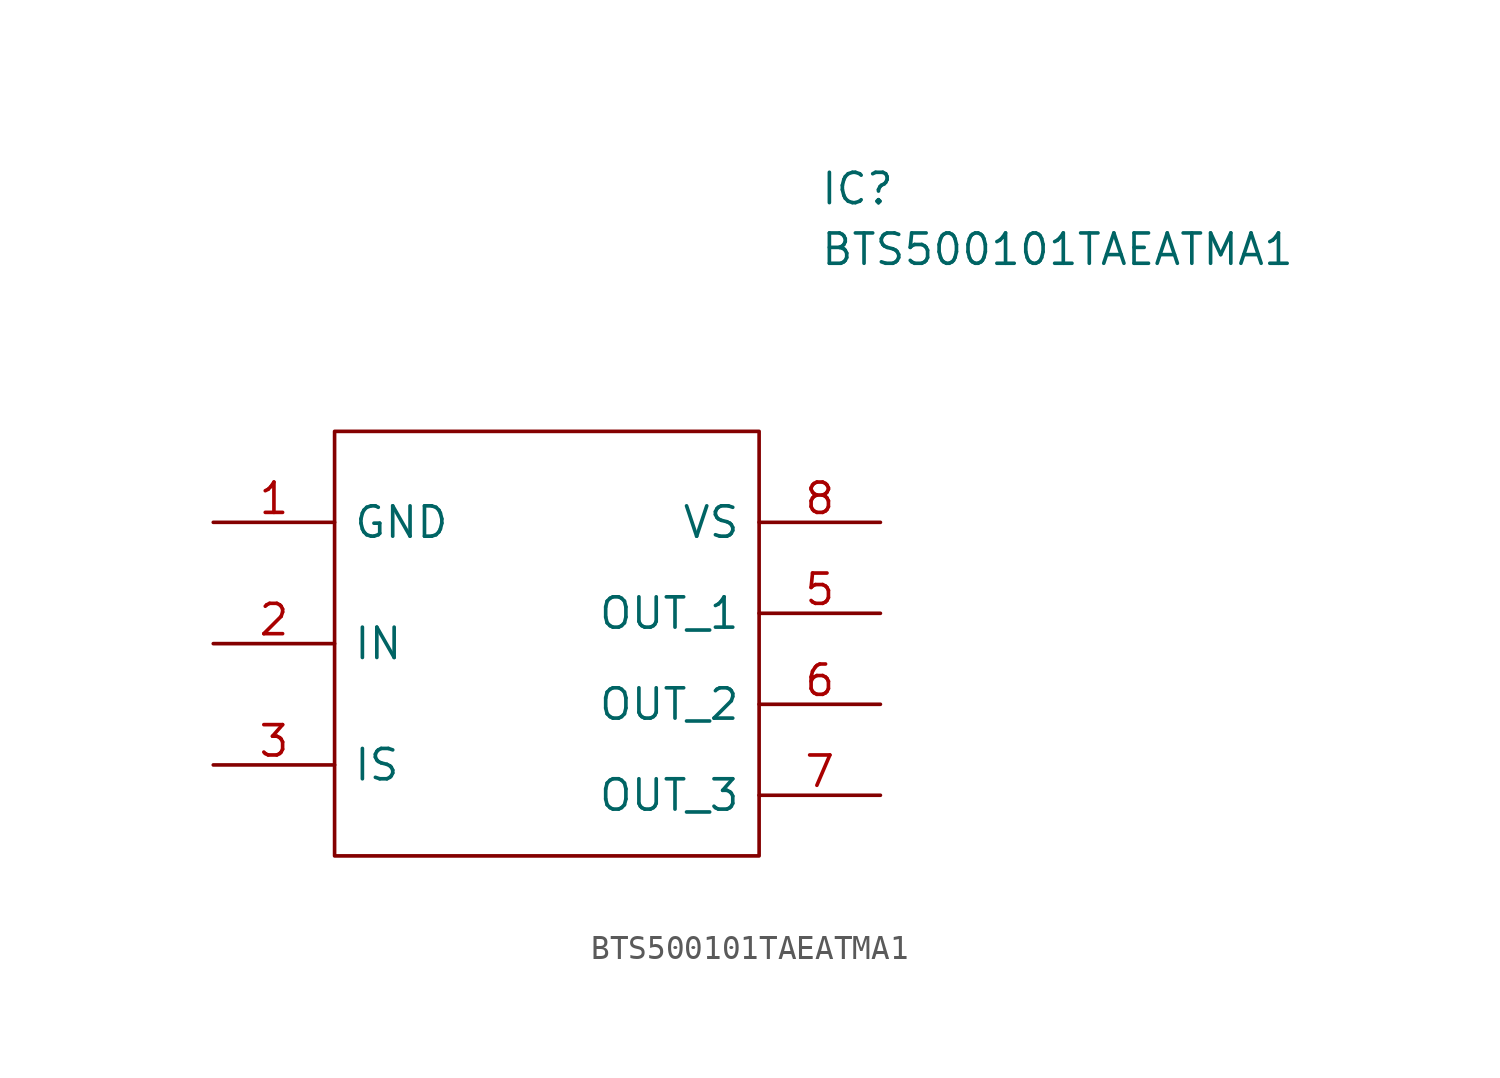
<source format=kicad_sym>
(kicad_symbol_lib
  (version 20211014)
  (generator kicad_symbol_editor)
  (symbol "BTS500101TAEATMA1"
    (pin_names
      (offset 0.762))
    (property "Reference" "IC"
      (at 25.4 12.7 0)
      (effects (font (size 1.27 1.27)) (justify left)))
    (property "Value" "BTS500101TAEATMA1"
      (at 25.4 10.16 0)
      (effects (font (size 1.27 1.27)) (justify left)))
    (symbol "BTS500101TAEATMA1_0_0"
      (pin passive line (at 0 -1.27 0) (length 5.08) (name "GND" (effects (font (size 1.27 1.27)))) (number "1" (effects (font (size 1.27 1.27)))))
      (pin passive line (at 0 -6.35 0) (length 5.08) (name "IN" (effects (font (size 1.27 1.27)))) (number "2" (effects (font (size 1.27 1.27)))))
      (pin passive line (at 0 -11.43 0) (length 5.08) (name "IS" (effects (font (size 1.27 1.27)))) (number "3" (effects (font (size 1.27 1.27)))))
      (pin passive line (at 27.94 -5.08 180) (length 5.08) (name "OUT_1" (effects (font (size 1.27 1.27)))) (number "5" (effects (font (size 1.27 1.27)))))
      (pin passive line (at 27.94 -8.89 180) (length 5.08) (name "OUT_2" (effects (font (size 1.27 1.27)))) (number "6" (effects (font (size 1.27 1.27)))))
      (pin passive line (at 27.94 -12.7 180) (length 5.08) (name "OUT_3" (effects (font (size 1.27 1.27)))) (number "7" (effects (font (size 1.27 1.27)))))
      (pin passive line (at 27.94 -1.27 180) (length 5.08) (name "VS" (effects (font (size 1.27 1.27)))) (number "8" (effects (font (size 1.27 1.27))))))
    (symbol "BTS500101TAEATMA1_0_1"
      (polyline (pts (xy 5.08 2.54) (xy 22.86 2.54) (xy 22.86 -15.24) (xy 5.08 -15.24) (xy 5.08 2.54)) (stroke (width 0.152) (type default) (color 0 0 0 0)) (fill (type none))))))
</source>
